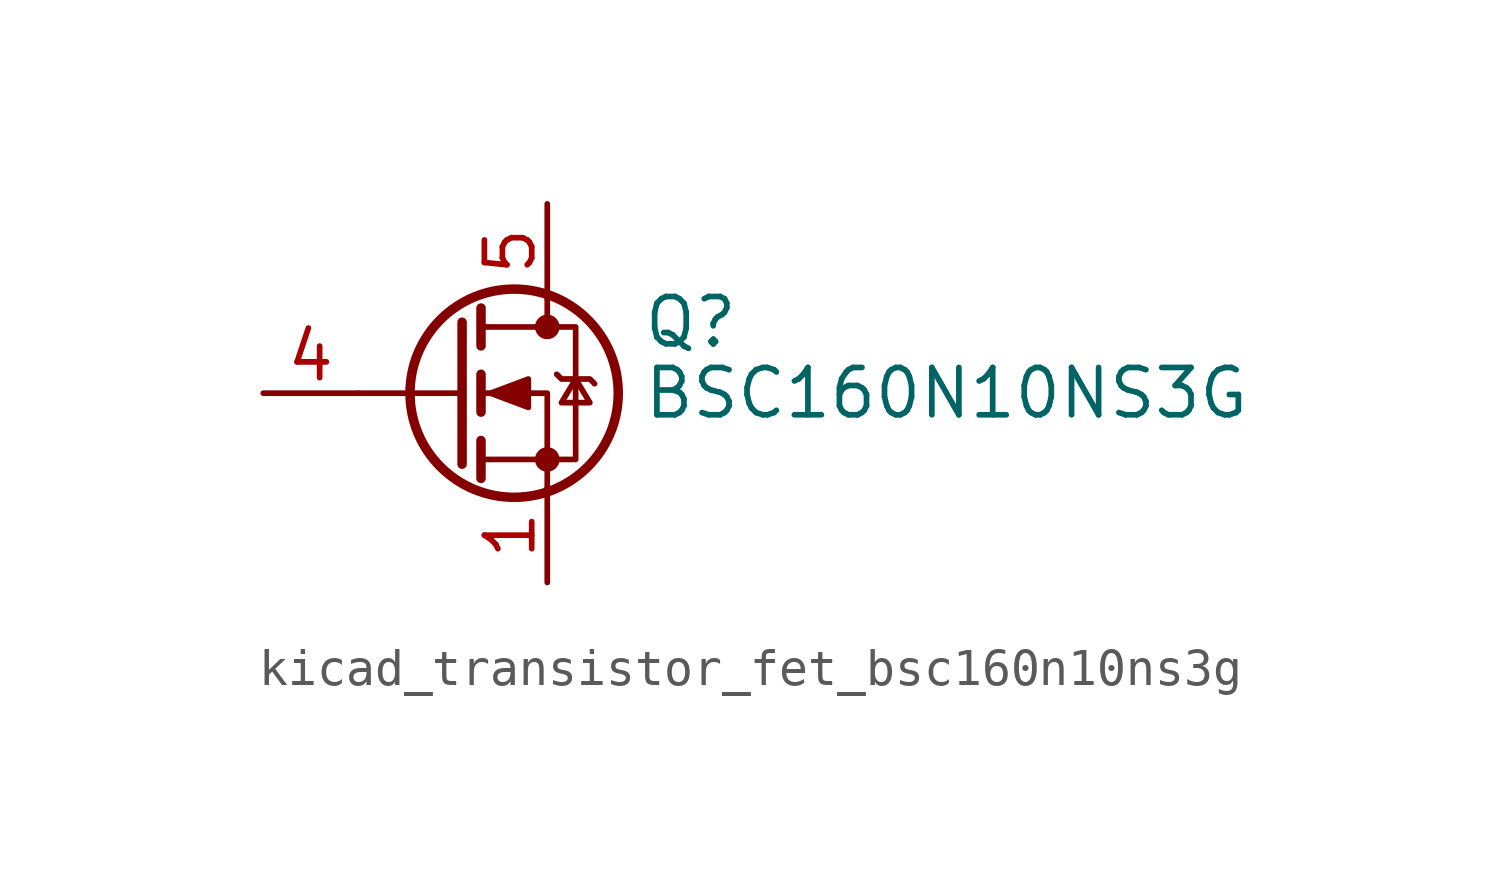
<source format=kicad_sym>
(kicad_symbol_lib
  (version 20220914)
  (generator kicad_symbol_editor)
  (symbol "kicad_transistor_fet_bsc160n10ns3g"
    (pin_names hide)
    (property "Reference" "Q"
      (at 5.08 1.905 0)
      (effects (font (size 1.27 1.27)) (justify left)))
    (property "Value" "BSC160N10NS3G"
      (at 5.08 0 0)
      (effects (font (size 1.27 1.27)) (justify left)))
    (symbol "kicad_transistor_fet_bsc160n10ns3g_0_1"
      (polyline (pts (xy 0.254 0) (xy -2.54 0)) (stroke (width 0) (type default)) (fill (type none)))
      (polyline (pts (xy 0.254 1.905) (xy 0.254 -1.905)) (stroke (width 0.254) (type default)) (fill (type none)))
      (polyline (pts (xy 0.762 -1.27) (xy 0.762 -2.286)) (stroke (width 0.254) (type default)) (fill (type none)))
      (polyline (pts (xy 0.762 0.508) (xy 0.762 -0.508)) (stroke (width 0.254) (type default)) (fill (type none)))
      (polyline (pts (xy 0.762 2.286) (xy 0.762 1.27)) (stroke (width 0.254) (type default)) (fill (type none)))
      (polyline (pts (xy 2.54 2.54) (xy 2.54 1.778)) (stroke (width 0) (type default)) (fill (type none)))
      (polyline (pts (xy 2.54 -2.54) (xy 2.54 0) (xy 0.762 0)) (stroke (width 0) (type default)) (fill (type none)))
      (polyline (pts (xy 0.762 -1.778) (xy 3.302 -1.778) (xy 3.302 1.778) (xy 0.762 1.778)) (stroke (width 0) (type default)) (fill (type none)))
      (polyline (pts (xy 1.016 0) (xy 2.032 0.381) (xy 2.032 -0.381) (xy 1.016 0)) (stroke (width 0) (type default)) (fill (type outline)))
      (polyline (pts (xy 2.794 0.508) (xy 2.921 0.381) (xy 3.683 0.381) (xy 3.81 0.254)) (stroke (width 0) (type default)) (fill (type none)))
      (polyline (pts (xy 3.302 0.381) (xy 2.921 -0.254) (xy 3.683 -0.254) (xy 3.302 0.381)) (stroke (width 0) (type default)) (fill (type none)))
      (circle (center 1.651 0) (radius 2.794) (stroke (width 0.254) (type default)) (fill (type none)))
      (circle (center 2.54 -1.778) (radius 0.254) (stroke (width 0) (type default)) (fill (type outline)))
      (circle (center 2.54 1.778) (radius 0.254) (stroke (width 0) (type default)) (fill (type outline))))
    (symbol "kicad_transistor_fet_bsc160n10ns3g_1_1"
      (pin passive line (at 2.54 -5.08 90) (length 2.54) (name "S" (effects (font (size 1.27 1.27)))) (number "1" (effects (font (size 1.27 1.27)))))
      (pin passive line (at 2.54 -5.08 90) (length 2.54) hide (name "S" (effects (font (size 1.27 1.27)))) (number "2" (effects (font (size 1.27 1.27)))))
      (pin passive line (at 2.54 -5.08 90) (length 2.54) hide (name "S" (effects (font (size 1.27 1.27)))) (number "3" (effects (font (size 1.27 1.27)))))
      (pin passive line (at -5.08 0 0) (length 2.54) (name "G" (effects (font (size 1.27 1.27)))) (number "4" (effects (font (size 1.27 1.27)))))
      (pin passive line (at 2.54 5.08 270) (length 2.54) (name "D" (effects (font (size 1.27 1.27)))) (number "5" (effects (font (size 1.27 1.27))))))))
</source>
